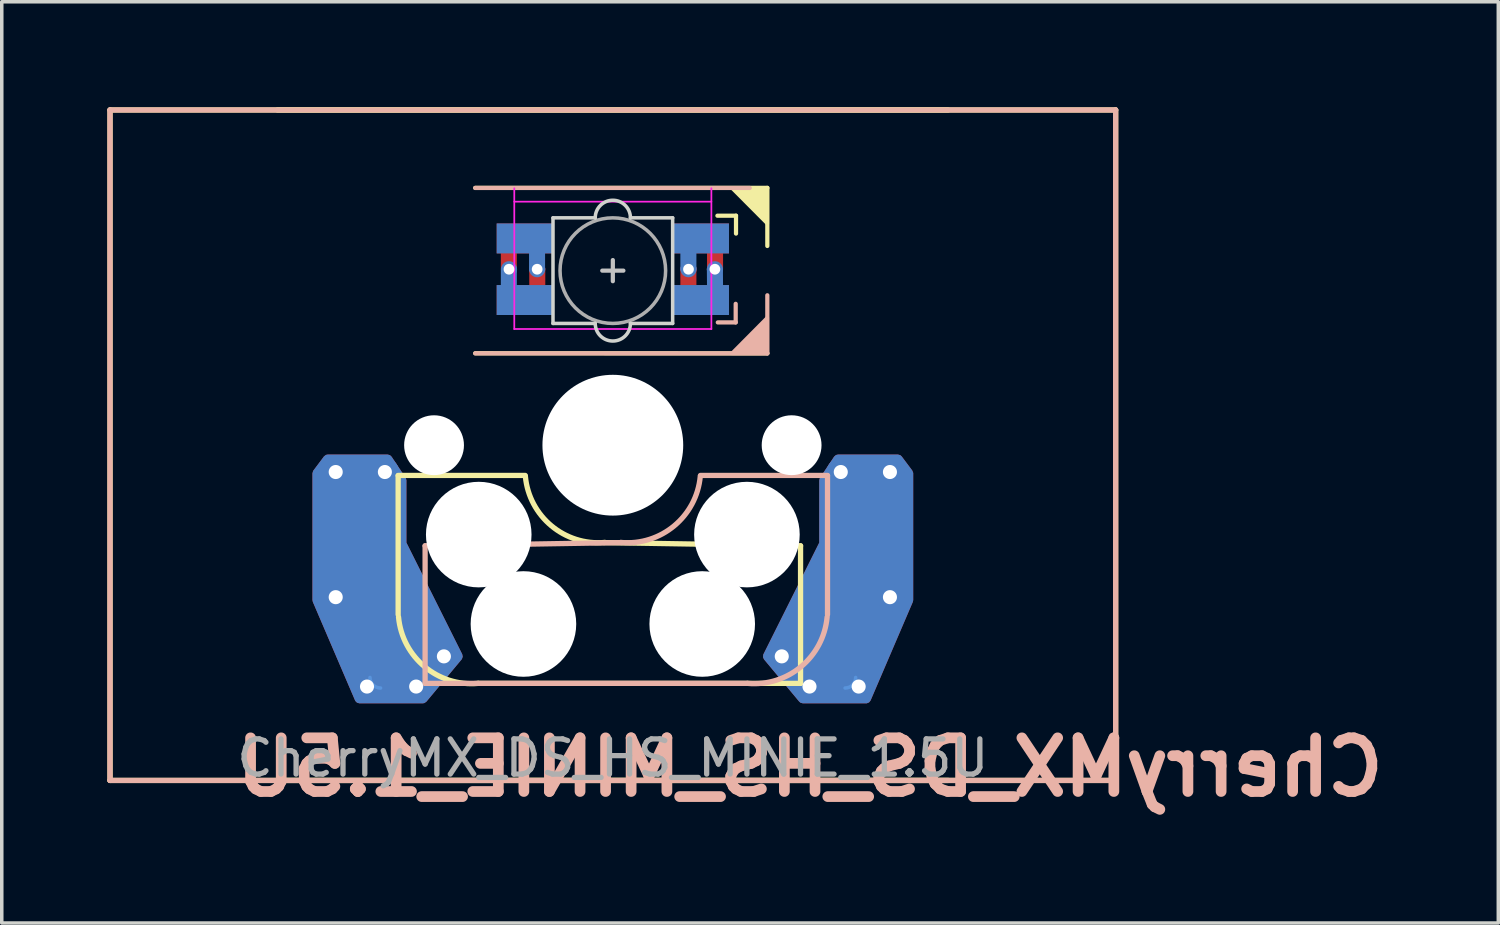
<source format=kicad_pcb>
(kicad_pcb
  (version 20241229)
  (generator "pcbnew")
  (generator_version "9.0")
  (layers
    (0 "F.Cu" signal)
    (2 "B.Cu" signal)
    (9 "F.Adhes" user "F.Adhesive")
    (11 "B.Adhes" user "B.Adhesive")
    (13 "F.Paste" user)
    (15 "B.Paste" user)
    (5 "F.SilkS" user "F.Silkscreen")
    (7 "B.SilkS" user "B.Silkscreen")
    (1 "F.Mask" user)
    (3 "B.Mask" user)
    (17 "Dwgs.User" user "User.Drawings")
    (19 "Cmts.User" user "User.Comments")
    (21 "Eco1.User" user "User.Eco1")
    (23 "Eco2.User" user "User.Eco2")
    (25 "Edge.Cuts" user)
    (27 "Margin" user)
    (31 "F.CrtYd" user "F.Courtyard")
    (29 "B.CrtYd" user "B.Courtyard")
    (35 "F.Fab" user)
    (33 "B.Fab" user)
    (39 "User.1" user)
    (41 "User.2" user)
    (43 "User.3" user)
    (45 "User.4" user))
  (footprint "CherryMX_DS_HS_MINIE_1.5U"
    (layer "F.Cu")
    (at 14.363 9.6)
    (property "Reference" "CherryMX_DS_HS_MINIE_1.5U" (at 5.6 9.15 0) (layer "B.SilkS") (effects (font (size 1.524 1.524) (thickness 0.305)) (justify mirror)))
    (attr through_hole)
    (fp_poly (pts (xy -3.25 -6.25) (xy -1.75 -6.25) (xy -1.75 -5.5) (xy -3.25 -5.5)) (stroke (width 0.1) (type solid)) (fill yes) (layer "F.Mask"))
    (fp_poly (pts (xy -3.25 -4.5) (xy -1.75 -4.5) (xy -1.75 -3.75) (xy -3.25 -3.75)) (stroke (width 0.1) (type solid)) (fill yes) (layer "F.Mask"))
    (fp_poly (pts (xy 1.75 -4.5) (xy 3.25 -4.5) (xy 3.25 -3.75) (xy 1.75 -3.75)) (stroke (width 0.1) (type solid)) (fill yes) (layer "F.Mask"))
    (fp_poly (pts (xy 1.75 -6.25) (xy 2.85 -6.25) (xy 3.25 -5.85) (xy 3.25 -5.5) (xy 1.75 -5.5)) (stroke (width 0.1) (type solid)) (fill yes) (layer "F.Mask"))
    (fp_poly (pts (xy -3.25 -6.25) (xy -1.75 -6.25) (xy -1.75 -5.5) (xy -3.25 -5.5)) (stroke (width 0.1) (type solid)) (fill yes) (layer "B.Mask"))
    (fp_poly (pts (xy -3.25 -4.5) (xy -1.75 -4.5) (xy -1.75 -3.75) (xy -3.25 -3.75)) (stroke (width 0.1) (type solid)) (fill yes) (layer "B.Mask"))
    (fp_poly (pts (xy 1.75 -6.25) (xy 3.25 -6.25) (xy 3.25 -5.5) (xy 1.75 -5.5)) (stroke (width 0.1) (type solid)) (fill yes) (layer "B.Mask"))
    (fp_poly (pts (xy 1.75 -4.5) (xy 3.25 -4.5) (xy 3.25 -4.175) (xy 2.85 -3.75) (xy 1.75 -3.75)) (stroke (width 0.1) (type solid)) (fill yes) (layer "B.Mask"))
    (fp_line (start -14.287 -9.525) (end 14.287 -9.525) (stroke (width 0.15) (type solid)) (layer "F.SilkS"))
    (fp_line (start -14.287 9.525) (end -14.287 -9.525) (stroke (width 0.15) (type solid)) (layer "F.SilkS"))
    (fp_line (start -9.525 -9.525) (end 9.525 -9.525) (stroke (width 0.15) (type solid)) (layer "F.SilkS"))
    (fp_line (start -6.1 0.859) (end -2.49 0.859) (stroke (width 0.15) (type solid)) (layer "F.SilkS"))
    (fp_line (start -6.1 4.813) (end -6.1 0.868) (stroke (width 0.15) (type solid)) (layer "F.SilkS"))
    (fp_line (start -3.91 -7.312) (end 4.39 -7.312) (stroke (width 0.12) (type solid)) (layer "F.SilkS"))
    (fp_line (start 3.5 -6.521) (end 2.972 -6.521) (stroke (width 0.12) (type solid)) (layer "F.SilkS"))
    (fp_line (start 3.5 -6.013) (end 3.5 -6.521) (stroke (width 0.12) (type solid)) (layer "F.SilkS"))
    (fp_line (start 4.39 -7.312) (end 4.39 -5.661) (stroke (width 0.12) (type solid)) (layer "F.SilkS"))
    (fp_line (start 4.39 -2.609) (end -3.91 -2.612) (stroke (width 0.12) (type solid)) (layer "F.SilkS"))
    (fp_line (start 5.334 2.859) (end -0.25 2.767) (stroke (width 0.15) (type solid)) (layer "F.SilkS"))
    (fp_line (start 5.334 2.859) (end 5.334 6.767) (stroke (width 0.15) (type solid)) (layer "F.SilkS"))
    (fp_line (start 5.334 6.767) (end -3.825 6.767) (stroke (width 0.15) (type solid)) (layer "F.SilkS"))
    (fp_line (start 9.525 9.525) (end -9.525 9.525) (stroke (width 0.15) (type solid)) (layer "F.SilkS"))
    (fp_line (start 14.287 -9.525) (end 14.287 9.525) (stroke (width 0.15) (type solid)) (layer "F.SilkS"))
    (fp_line (start 14.287 9.525) (end -14.287 9.525) (stroke (width 0.15) (type solid)) (layer "F.SilkS"))
    (fp_arc (start -3.825 6.767) (mid -5.347189 6.29389) (end -6.089 4.883) (stroke (width 0.15) (type solid)) (layer "F.SilkS"))
    (fp_arc (start -0.225 2.763) (mid -1.744361 2.291061) (end -2.485 0.883) (stroke (width 0.15) (type solid)) (layer "F.SilkS"))
    (fp_poly (pts (xy 3.382 -7.309) (xy 4.39 -7.312) (xy 4.39 -6.296)) (stroke (width 0.1) (type solid)) (fill yes) (layer "F.SilkS"))
    (fp_line (start -14.287 -9.525) (end -14.287 9.525) (stroke (width 0.15) (type solid)) (layer "B.SilkS"))
    (fp_line (start -14.287 9.525) (end 14.287 9.525) (stroke (width 0.15) (type solid)) (layer "B.SilkS"))
    (fp_line (start -5.334 2.859) (end -5.334 6.767) (stroke (width 0.15) (type solid)) (layer "B.SilkS"))
    (fp_line (start -5.334 2.859) (end 0.25 2.767) (stroke (width 0.15) (type solid)) (layer "B.SilkS"))
    (fp_line (start -5.334 6.767) (end 3.825 6.767) (stroke (width 0.15) (type solid)) (layer "B.SilkS"))
    (fp_line (start -3.91 -2.609) (end 4.39 -2.609) (stroke (width 0.12) (type solid)) (layer "B.SilkS"))
    (fp_line (start 2.983 -3.489) (end 3.491 -3.489) (stroke (width 0.12) (type solid)) (layer "B.SilkS"))
    (fp_line (start 3.491 -3.489) (end 3.491 -4.017) (stroke (width 0.12) (type solid)) (layer "B.SilkS"))
    (fp_line (start 3.89 -7.309) (end -3.91 -7.309) (stroke (width 0.12) (type solid)) (layer "B.SilkS"))
    (fp_line (start 4.39 -2.609) (end 4.39 -4.26) (stroke (width 0.12) (type solid)) (layer "B.SilkS"))
    (fp_line (start 6.1 0.859) (end 2.49 0.859) (stroke (width 0.15) (type solid)) (layer "B.SilkS"))
    (fp_line (start 6.1 4.813) (end 6.1 0.868) (stroke (width 0.15) (type solid)) (layer "B.SilkS"))
    (fp_line (start 14.287 -9.525) (end -14.287 -9.525) (stroke (width 0.15) (type solid)) (layer "B.SilkS"))
    (fp_line (start 14.287 9.525) (end 14.287 -9.525) (stroke (width 0.15) (type solid)) (layer "B.SilkS"))
    (fp_arc (start 2.485 0.883) (mid 1.744361 2.291061) (end 0.225 2.763) (stroke (width 0.15) (type solid)) (layer "B.SilkS"))
    (fp_arc (start 6.089 4.883) (mid 5.347189 6.29389) (end 3.825 6.767) (stroke (width 0.15) (type solid)) (layer "B.SilkS"))
    (fp_poly (pts (xy 4.39 -3.625) (xy 4.39 -2.609) (xy 3.382 -2.609)) (stroke (width 0.1) (type solid)) (fill yes) (layer "B.SilkS"))
    (fp_line (start -0.3 -4.96) (end 0.3 -4.96) (stroke (width 0.12) (type solid)) (layer "Dwgs.User"))
    (fp_line (start 0 -4.66) (end 0 -5.26) (stroke (width 0.12) (type solid)) (layer "Dwgs.User"))
    (fp_arc (start -6.6 6.9) (mid -6.812132 6.812132) (end -6.9 6.6) (stroke (width 0.1) (type solid)) (layer "Cmts.User"))
    (fp_arc (start 6.9 6.6) (mid 6.812132 6.812132) (end 6.6 6.9) (stroke (width 0.1) (type solid)) (layer "Cmts.User"))
    (fp_arc (start -6.65 6.95) (mid -6.862132 6.862132) (end -6.95 6.65) (stroke (width 0.1) (type solid)) (layer "Eco1.User"))
    (fp_arc (start 6.95 6.65) (mid 6.862132 6.862132) (end 6.65 6.95) (stroke (width 0.1) (type solid)) (layer "Eco1.User"))
    (fp_line (start -1.7 -6.46) (end -1.7 -3.46) (stroke (width 0.1) (type solid)) (layer "Edge.Cuts"))
    (fp_line (start -0.5 -6.46) (end -1.7 -6.46) (stroke (width 0.1) (type solid)) (layer "Edge.Cuts"))
    (fp_line (start -0.5 -3.46) (end -1.7 -3.46) (stroke (width 0.1) (type solid)) (layer "Edge.Cuts"))
    (fp_line (start 0.5 -3.46) (end 1.7 -3.46) (stroke (width 0.1) (type solid)) (layer "Edge.Cuts"))
    (fp_line (start 1.7 -6.46) (end 0.5 -6.46) (stroke (width 0.1) (type solid)) (layer "Edge.Cuts"))
    (fp_line (start 1.7 -3.46) (end 1.7 -6.46) (stroke (width 0.1) (type solid)) (layer "Edge.Cuts"))
    (fp_arc (start -0.5 -6.46) (mid 0 -6.96) (end 0.5 -6.46) (stroke (width 0.1) (type solid)) (layer "Edge.Cuts"))
    (fp_arc (start 0.5 -3.46) (mid 0 -2.96) (end -0.5 -3.46) (stroke (width 0.1) (type solid)) (layer "Edge.Cuts"))
    (fp_line (start -2.8 -7.3) (end -2.8 -3.3) (stroke (width 0.05) (type solid)) (layer "F.CrtYd"))
    (fp_line (start 2.8 -6.92) (end -2.8 -6.92) (stroke (width 0.05) (type solid)) (layer "F.CrtYd"))
    (fp_line (start 2.8 -3.302) (end -2.8 -3.302) (stroke (width 0.05) (type solid)) (layer "F.CrtYd"))
    (fp_line (start 2.8 -3.3) (end 2.8 -7.3) (stroke (width 0.05) (type solid)) (layer "F.CrtYd"))
    (fp_circle (center 0 -4.96) (end 0 -6.46) (stroke (width 0.1) (type solid)) (fill no) (layer "F.Fab"))
    (fp_text user "${REFERENCE}" (at 0 8.89 180) (layer "F.Fab") (effects (font (size 1 1) (thickness 0.15))))
    (pad "" np_thru_hole circle (at -5.08 0 180) (size 1.7 1.7) (drill 1.7) (layers "*.Cu" "*.Mask"))
    (pad "" np_thru_hole circle (at -3.81 2.54 180) (size 3 3) (drill 3) (layers "*.Cu" "*.Mask"))
    (pad "" np_thru_hole circle (at -2.54 5.08 180) (size 3 3) (drill 3) (layers "*.Cu" "*.Mask"))
    (pad "" np_thru_hole circle (at 0 0) (size 4 4) (drill 4) (layers "*.Cu" "*.Mask"))
    (pad "" np_thru_hole circle (at 2.54 5.08 180) (size 3 3) (drill 3) (layers "*.Cu" "*.Mask"))
    (pad "" np_thru_hole circle (at 3.81 2.54 180) (size 3 3) (drill 3) (layers "*.Cu" "*.Mask"))
    (pad "" np_thru_hole circle (at 5.08 0 180) (size 1.7 1.7) (drill 1.7) (layers "*.Cu" "*.Mask"))
    (pad "1" smd custom (at -2.5 -5.875) (size 1.6 0.85) (layers "B.Cu") (options (anchor rect)) (primitives (gr_poly (pts (xy 0.525 0.896) (xy 0.169 0.896) (xy 0.169 0.325) (xy 0.525 0.325)) (width 0.1) (fill yes))))
    (pad "1" smd custom (at -2.5 -4.125) (size 1.6 0.85) (layers "F.Cu") (options (anchor rect)) (primitives (gr_poly (pts (xy 0.531 -0.275) (xy 0.175 -0.275) (xy 0.175 -0.898) (xy 0.531 -0.898)) (width 0.1) (fill yes))))
    (pad "1" thru_hole circle (at -2.15 -5 180) (size 0.457 0.457) (drill 0.305) (layers "*.Cu"))
    (pad "2" thru_hole circle (at -2.95 -5 180) (size 0.457 0.457) (drill 0.305) (layers "*.Cu"))
    (pad "2" smd custom (at -2.5 -5.875 180) (size 1.6 0.85) (layers "F.Cu") (options (anchor rect)) (primitives (gr_poly (pts (xy 0.632 -0.296) (xy 0.277 -0.296) (xy 0.277 -0.869) (xy 0.632 -0.869)) (width 0.1) (fill yes))))
    (pad "2" smd custom (at -2.5 -4.125 180) (size 1.6 0.85) (layers "B.Cu") (options (anchor rect)) (primitives (gr_poly (pts (xy 0.632 0.888) (xy 0.277 0.888) (xy 0.277 0.325) (xy 0.632 0.325)) (width 0.1) (fill yes))))
    (pad "3" smd custom (at 2.5 -5.875 180) (size 1.6 0.85) (layers "F.Cu") (options (anchor rect)) (primitives (gr_poly (pts (xy -0.226 -0.354) (xy -0.582 -0.354) (xy -0.582 -0.887) (xy -0.226 -0.887)) (width 0.1) (fill yes))))
    (pad "3" smd custom (at 2.5 -4.125 180) (size 1.6 0.85) (layers "B.Cu") (options (anchor rect)) (primitives (gr_poly (pts (xy -0.222 0.888) (xy -0.578 0.888) (xy -0.582 0.325) (xy -0.226 0.325)) (width 0.1) (fill yes))))
    (pad "3" thru_hole circle (at 2.9 -5 180) (size 0.457 0.457) (drill 0.305) (layers "*.Cu"))
    (pad "4" thru_hole circle (at 2.15 -5 180) (size 0.457 0.457) (drill 0.305) (layers "*.Cu"))
    (pad "4" smd custom (at 2.5 -5.875) (size 1.6 0.85) (layers "B.Cu") (options (anchor rect)) (primitives (gr_poly (pts (xy -0.175 0.886) (xy -0.531 0.886) (xy -0.531 0.175) (xy -0.175 0.175)) (width 0.1) (fill yes))))
    (pad "4" smd custom (at 2.5 -4.125) (size 1.6 0.85) (layers "F.Cu") (options (anchor rect)) (primitives (gr_poly (pts (xy -0.175 -0.175) (xy -0.531 -0.178) (xy -0.531 -0.903) (xy -0.175 -0.906)) (width 0.1) (fill yes))))
    (pad "5" thru_hole circle (at 4.8 6 180) (size 0.8 0.8) (drill 0.4) (layers "*.Cu"))
    (pad "5" thru_hole circle (at 5.588 6.858 180) (size 0.8 0.8) (drill 0.4) (layers "*.Cu"))
    (pad "5" smd rect (at 6.399 5.067) (size 2.15 2.5) (layers "F.Cu" "F.Mask"))
    (pad "5" thru_hole circle (at 6.477 0.762 180) (size 0.8 0.8) (drill 0.4) (layers "*.Cu"))
    (pad "5" smd custom (at 6.499 5.067) (size 2.15 2.5) (layers "F.Cu") (options (anchor rect)) (primitives (gr_poly (pts (xy 1.901 -4.267) (xy 1.901 -0.667) (xy 0.701 2.133) (xy -1.099 2.133) (xy -2.099 0.933) (xy -0.499 -2.267) (xy -0.499 -4.067) (xy -0.099 -4.667) (xy 1.601 -4.667)) (width 0.27) (fill yes))))
    (pad "5" thru_hole circle (at 6.985 6.858 180) (size 0.8 0.8) (drill 0.4) (layers "*.Cu"))
    (pad "5" smd rect (at 7.2 2.54) (size 2.35 2.5) (layers "B.Cu" "B.Mask"))
    (pad "5" smd custom (at 7.285 2.54) (size 2.35 2.5) (layers "B.Cu") (options (anchor rect)) (primitives (gr_poly (pts (xy 1.115 -1.74) (xy 1.115 1.86) (xy -0.085 4.66) (xy -1.885 4.66) (xy -2.885 3.46) (xy -1.285 0.26) (xy -1.285 -1.54) (xy -0.885 -2.14) (xy 0.815 -2.14)) (width 0.27) (fill yes))))
    (pad "5" thru_hole circle (at 7.874 0.762 180) (size 0.8 0.8) (drill 0.4) (layers "*.Cu"))
    (pad "5" thru_hole circle (at 7.874 4.318 180) (size 0.8 0.8) (drill 0.4) (layers "*.Cu"))
    (pad "6" thru_hole circle (at -7.874 0.762 180) (size 0.8 0.8) (drill 0.4) (layers "*.Cu"))
    (pad "6" thru_hole circle (at -7.874 4.318 180) (size 0.8 0.8) (drill 0.4) (layers "*.Cu"))
    (pad "6" smd rect (at -7.212 2.54 180) (size 2.35 2.5) (layers "F.Cu" "F.Mask"))
    (pad "6" smd custom (at -7.212 2.54) (size 2.35 2.5) (layers "F.Cu") (options (anchor rect)) (primitives (gr_poly (pts (xy 1.212 -1.54) (xy 1.212 0.26) (xy 2.812 3.46) (xy 1.812 4.66) (xy 0.012 4.66) (xy -1.188 1.86) (xy -1.188 -1.74) (xy -0.888 -2.14) (xy 0.812 -2.14)) (width 0.27) (fill yes))))
    (pad "6" thru_hole circle (at -6.985 6.858 180) (size 0.8 0.8) (drill 0.4) (layers "*.Cu"))
    (pad "6" thru_hole circle (at -6.477 0.762 180) (size 0.8 0.8) (drill 0.4) (layers "*.Cu"))
    (pad "6" smd rect (at -6.425 5.067 180) (size 2.15 2.5) (layers "B.Cu" "B.Mask"))
    (pad "6" smd custom (at -6.425 5.067) (size 2.15 2.5) (layers "B.Cu") (options (anchor rect)) (primitives (gr_poly (pts (xy 0.425 -4.067) (xy 0.425 -2.267) (xy 2.025 0.933) (xy 1.025 2.133) (xy -0.775 2.133) (xy -1.975 -0.667) (xy -1.975 -4.267) (xy -1.675 -4.667) (xy 0.025 -4.667)) (width 0.27) (fill yes))))
    (pad "6" thru_hole circle (at -5.588 6.858 180) (size 0.8 0.8) (drill 0.4) (layers "*.Cu"))
    (pad "6" thru_hole circle (at -4.8 6 180) (size 0.8 0.8) (drill 0.4) (layers "*.Cu")))
  (gr_rect
    (start -3 -3)
    (end 39.523 23.176)
    (stroke (width 0.1) (type default))
    (fill no)
    (layer "Edge.Cuts")))
</source>
